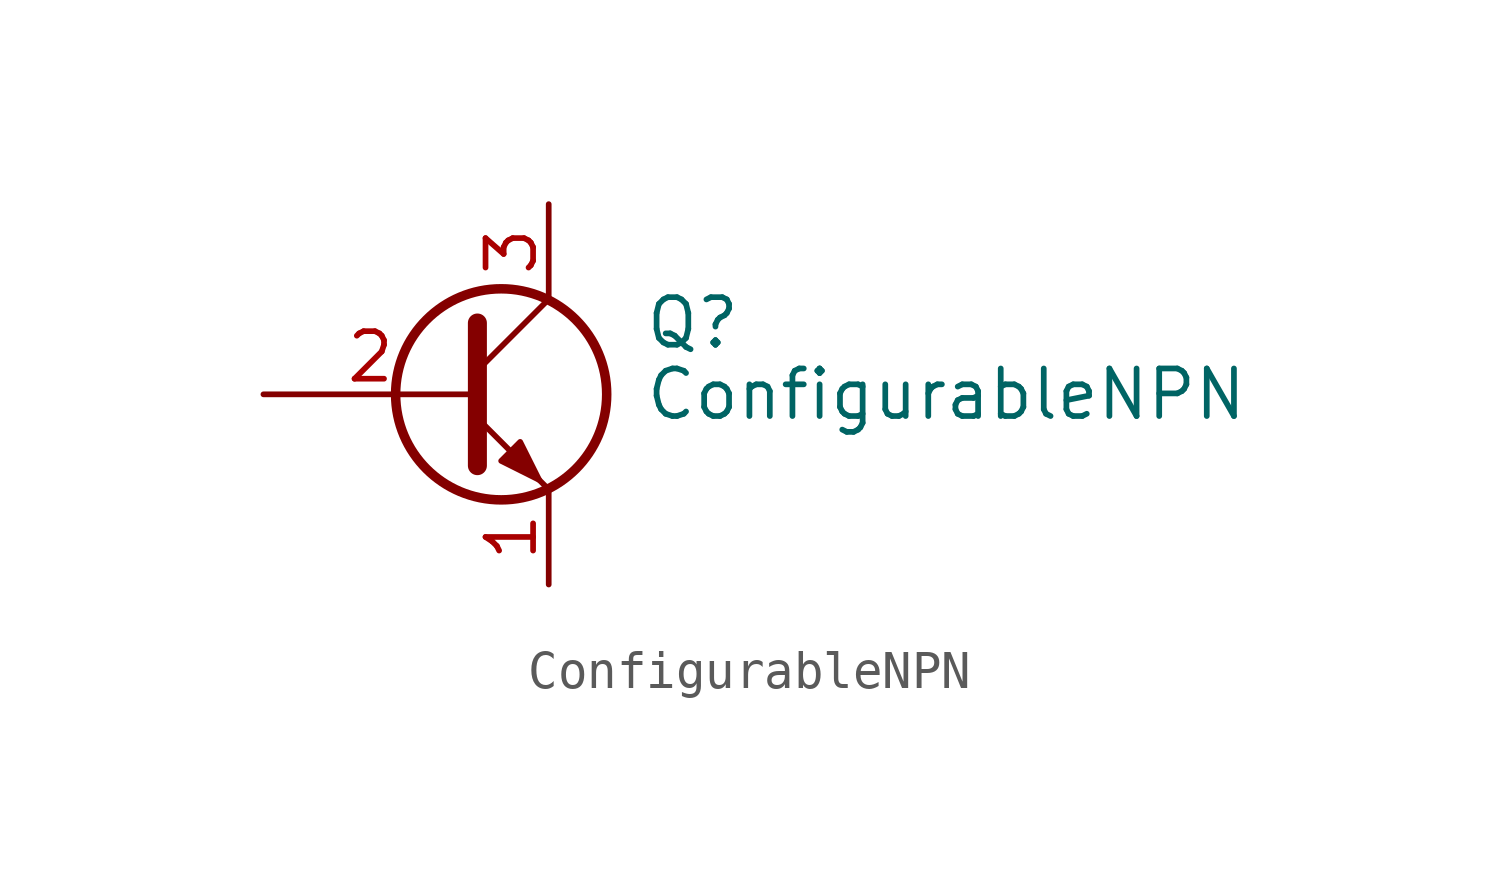
<source format=kicad_sym>
(kicad_symbol_lib
  (version 20211014)
  (generator kicad_symbol_editor)
  (symbol "ConfigurableNPN"
    (pin_names
      (offset 0) hide)
    (property "Reference" "Q"
      (at 5.08 1.905 0)
      (effects (font (size 1.27 1.27)) (justify left)))
    (property "Value" "ConfigurableNPN"
      (at 5.08 0 0)
      (effects (font (size 1.27 1.27)) (justify left)))
    (symbol "ConfigurableNPN_0_1"
      (polyline (pts (xy 0.635 0.635) (xy 2.54 2.54)) (stroke (width 0) (type default) (color 0 0 0 0)) (fill (type none)))
      (polyline (pts (xy 0.635 -0.635) (xy 2.54 -2.54) (xy 2.54 -2.54)) (stroke (width 0) (type default) (color 0 0 0 0)) (fill (type none)))
      (polyline (pts (xy 0.635 1.905) (xy 0.635 -1.905) (xy 0.635 -1.905)) (stroke (width 0.508) (type default) (color 0 0 0 0)) (fill (type none)))
      (polyline (pts (xy 1.27 -1.778) (xy 1.778 -1.27) (xy 2.286 -2.286) (xy 1.27 -1.778) (xy 1.27 -1.778)) (stroke (width 0) (type default) (color 0 0 0 0)) (fill (type outline)))
      (circle (center 1.27 0) (radius 2.819) (stroke (width 0.254) (type default) (color 0 0 0 0)) (fill (type none))))
    (symbol "ConfigurableNPN_1_1"
      (pin passive line (at 2.54 -5.08 90) (length 2.54) (name "E" (effects (font (size 1.27 1.27)))) (number "1" (effects (font (size 1.27 1.27)))))
      (pin passive line (at -5.08 0 0) (length 5.715) (name "B" (effects (font (size 1.27 1.27)))) (number "2" (effects (font (size 1.27 1.27)))))
      (pin passive line (at 2.54 5.08 270) (length 2.54) (name "C" (effects (font (size 1.27 1.27)))) (number "3" (effects (font (size 1.27 1.27)))))
      (pin input line (at 2.54 -5.08 90) (length 2.54) hide (name "emitter_duplicate" (effects (font (size 1.27 1.27)))) (number "4" (effects (font (size 1.27 1.27)))))
      (pin input line (at 2.54 5.08 270) (length 2.54) hide (name "collector_duplicate" (effects (font (size 1.27 1.27)))) (number "5" (effects (font (size 1.27 1.27))))))))
</source>
